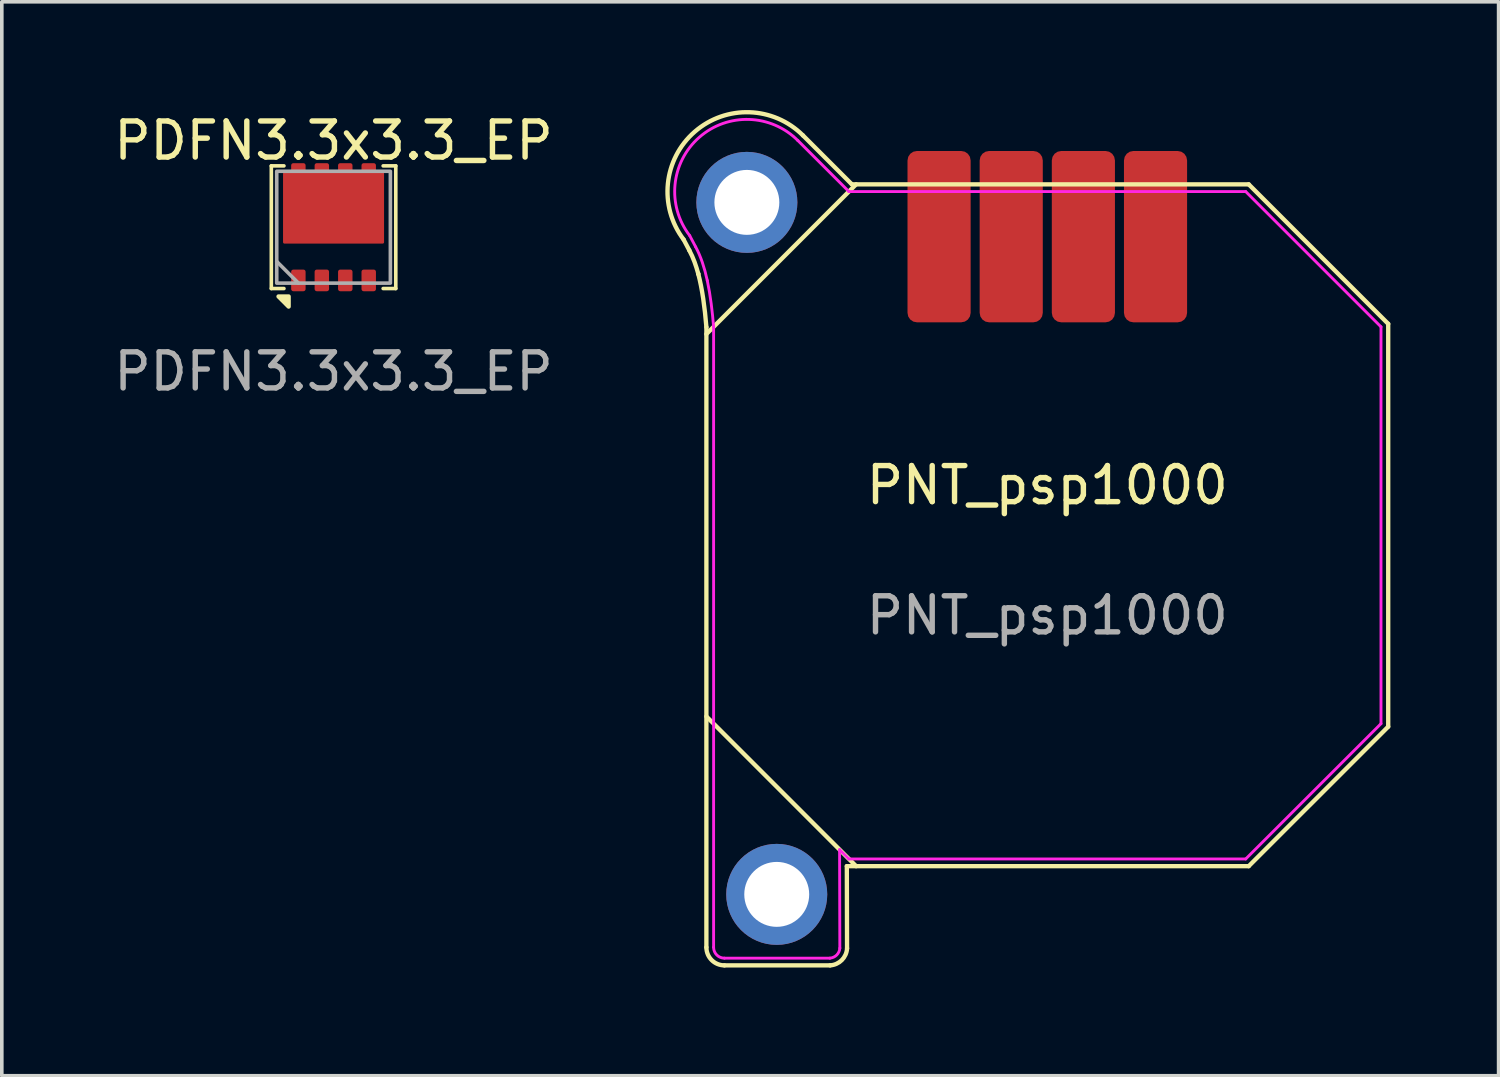
<source format=kicad_pcb>
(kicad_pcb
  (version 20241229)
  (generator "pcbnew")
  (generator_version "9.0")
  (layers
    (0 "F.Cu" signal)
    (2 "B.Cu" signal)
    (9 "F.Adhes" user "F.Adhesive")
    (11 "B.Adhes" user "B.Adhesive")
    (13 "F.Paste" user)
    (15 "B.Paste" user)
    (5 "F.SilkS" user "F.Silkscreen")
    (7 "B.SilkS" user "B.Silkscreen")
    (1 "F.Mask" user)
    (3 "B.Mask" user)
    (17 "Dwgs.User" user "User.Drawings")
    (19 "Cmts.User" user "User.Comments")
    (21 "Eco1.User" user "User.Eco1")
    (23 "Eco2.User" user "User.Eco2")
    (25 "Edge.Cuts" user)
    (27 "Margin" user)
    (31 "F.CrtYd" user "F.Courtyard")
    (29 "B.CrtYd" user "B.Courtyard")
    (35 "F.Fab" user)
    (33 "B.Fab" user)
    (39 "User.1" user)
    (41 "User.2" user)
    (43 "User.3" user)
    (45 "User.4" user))
  (footprint "PNT_psp1000"
    (layer "F.Cu")
    (at 25.981 11.51)
    (property "Reference" "PNT_psp1000" (at 0 -1.11 0) (layer "F.SilkS") (effects (font (size 1 1) (thickness 0.15))))
    (attr exclude_from_pos_files exclude_from_bom)
    (fp_line (start -9.45 11.7) (end -9.45 -5.492) (stroke (width 0.12) (type solid)) (layer "F.SilkS"))
    (fp_line (start -6.022 12.2) (end -8.95 12.2) (stroke (width 0.12) (type solid)) (layer "F.SilkS"))
    (fp_line (start -5.557 9.45) (end -5.551 11.728) (stroke (width 0.12) (type solid)) (layer "F.SilkS"))
    (fp_line (start -5.417 -9.45) (end -6.773 -10.806) (stroke (width 0.12) (type solid)) (layer "F.SilkS"))
    (fp_line (start -5.417 -9.45) (end 5.583 -9.45) (stroke (width 0.12) (type solid)) (layer "F.SilkS"))
    (fp_line (start -5.3 9.45) (end -9.45 5.3) (stroke (width 0.12) (type solid)) (layer "F.SilkS"))
    (fp_line (start -5.3 -9.45) (end -9.45 -5.3) (stroke (width 0.12) (type solid)) (layer "F.SilkS"))
    (fp_line (start 5.583 9.45) (end -5.557 9.45) (stroke (width 0.12) (type solid)) (layer "F.SilkS"))
    (fp_line (start 5.583 9.45) (end 9.45 5.583) (stroke (width 0.12) (type solid)) (layer "F.SilkS"))
    (fp_line (start 9.45 -5.583) (end 5.583 -9.45) (stroke (width 0.12) (type solid)) (layer "F.SilkS"))
    (fp_line (start 9.45 5.583) (end 9.45 -5.583) (stroke (width 0.12) (type solid)) (layer "F.SilkS"))
    (fp_arc (start -10.082035 -7.921519) (mid -9.773879 -10.908515) (end -6.772793 -10.805634) (stroke (width 0.12) (type solid)) (layer "F.SilkS"))
    (fp_arc (start -9.922844 -7.620255) (mid -10.00305 -7.770564) (end -10.082033 -7.921518) (stroke (width 0.12) (type solid)) (layer "F.SilkS"))
    (fp_arc (start -8.95 12.199998) (mid -9.303553 12.053552) (end -9.45 11.7) (stroke (width 0.12) (type solid)) (layer "F.SilkS"))
    (fp_arc (start -5.550719 11.727594) (mid -5.695981 12.053878) (end -6.021881 12.199999) (stroke (width 0.12) (type solid)) (layer "F.SilkS"))
    (fp_curve (pts (xy -9.923 -7.62) (xy -9.81 -7.411) (xy -9.733 -7.185) (xy -9.677 -6.976)) (stroke (width 0.12) (type solid)) (layer "F.SilkS"))
    (fp_curve (pts (xy -9.677 -6.976) (xy -9.676 -6.972) (xy -9.675 -6.968) (xy -9.674 -6.964)) (stroke (width 0.12) (type solid)) (layer "F.SilkS"))
    (fp_curve (pts (xy -9.674 -6.964) (xy -9.567 -6.559) (xy -9.494 -6.046) (xy -9.45 -5.492)) (stroke (width 0.12) (type solid)) (layer "F.SilkS"))
    (fp_line (start -9.452 11.702) (end -9.452 -5.49) (stroke (width 0.08) (type solid)) (layer "Eco2.User"))
    (fp_line (start -6.024 12.202) (end -8.952 12.202) (stroke (width 0.08) (type solid)) (layer "Eco2.User"))
    (fp_line (start -5.559 9.452) (end -5.553 11.73) (stroke (width 0.08) (type solid)) (layer "Eco2.User"))
    (fp_line (start -5.419 -9.448) (end -6.775 -10.804) (stroke (width 0.08) (type solid)) (layer "Eco2.User"))
    (fp_line (start -5.419 -9.448) (end 5.581 -9.448) (stroke (width 0.08) (type solid)) (layer "Eco2.User"))
    (fp_line (start 5.581 9.452) (end -5.559 9.452) (stroke (width 0.08) (type solid)) (layer "Eco2.User"))
    (fp_line (start 5.581 9.452) (end 9.448 5.585) (stroke (width 0.08) (type solid)) (layer "Eco2.User"))
    (fp_line (start 9.448 -5.581) (end 5.581 -9.448) (stroke (width 0.08) (type solid)) (layer "Eco2.User"))
    (fp_line (start 9.448 5.585) (end 9.448 -5.581) (stroke (width 0.08) (type solid)) (layer "Eco2.User"))
    (fp_arc (start -10.084154 -7.9194) (mid -9.775998 -10.906396) (end -6.774912 -10.803515) (stroke (width 0.08) (type solid)) (layer "Eco2.User"))
    (fp_arc (start -9.924963 -7.618136) (mid -10.005169 -7.768445) (end -10.084152 -7.919399) (stroke (width 0.08) (type solid)) (layer "Eco2.User"))
    (fp_arc (start -8.952119 12.202117) (mid -9.305672 12.055671) (end -9.452119 11.702119) (stroke (width 0.08) (type solid)) (layer "Eco2.User"))
    (fp_arc (start -5.552838 11.729713) (mid -5.6981 12.055997) (end -6.024 12.202118) (stroke (width 0.08) (type solid)) (layer "Eco2.User"))
    (fp_curve (pts (xy -9.925 -7.618) (xy -9.812 -7.409) (xy -9.735 -7.183) (xy -9.679 -6.974)) (stroke (width 0.08) (type solid)) (layer "Eco2.User"))
    (fp_curve (pts (xy -9.679 -6.974) (xy -9.678 -6.97) (xy -9.677 -6.966) (xy -9.676 -6.962)) (stroke (width 0.08) (type solid)) (layer "Eco2.User"))
    (fp_curve (pts (xy -9.676 -6.962) (xy -9.569 -6.557) (xy -9.496 -6.044) (xy -9.452 -5.49)) (stroke (width 0.08) (type solid)) (layer "Eco2.User"))
    (fp_line (start -9.25 -5.5) (end -9.25 11.7) (stroke (width 0.08) (type solid)) (layer "F.CrtYd"))
    (fp_line (start -8.95 12) (end -6.028 12) (stroke (width 0.08) (type solid)) (layer "F.CrtYd"))
    (fp_line (start -5.758 8.992) (end -5.5 9.25) (stroke (width 0.08) (type solid)) (layer "F.CrtYd"))
    (fp_line (start -5.751 11.722) (end -5.758 8.992) (stroke (width 0.08) (type solid)) (layer "F.CrtYd"))
    (fp_line (start -5.5 -9.25) (end -6.914 -10.664) (stroke (width 0.08) (type solid)) (layer "F.CrtYd"))
    (fp_line (start -5.5 9.25) (end 5.5 9.25) (stroke (width 0.08) (type solid)) (layer "F.CrtYd"))
    (fp_line (start 5.5 -9.25) (end -5.5 -9.25) (stroke (width 0.08) (type solid)) (layer "F.CrtYd"))
    (fp_line (start 5.5 9.25) (end 9.25 5.5) (stroke (width 0.08) (type solid)) (layer "F.CrtYd"))
    (fp_line (start 9.25 -5.5) (end 5.5 -9.25) (stroke (width 0.08) (type solid)) (layer "F.CrtYd"))
    (fp_line (start 9.25 5.5) (end 9.25 -5.5) (stroke (width 0.08) (type solid)) (layer "F.CrtYd"))
    (fp_arc (start -9.912469 -8.029012) (mid -9.648762 -10.752237) (end -6.914214 -10.664213) (stroke (width 0.08) (type solid)) (layer "F.CrtYd"))
    (fp_arc (start -9.746777 -7.715125) (mid -9.830292 -7.871714) (end -9.912468 -8.02901) (stroke (width 0.08) (type solid)) (layer "F.CrtYd"))
    (fp_arc (start -8.950001 11.999999) (mid -9.162132 11.912131) (end -9.25 11.7) (stroke (width 0.08) (type solid)) (layer "F.CrtYd"))
    (fp_arc (start -5.750734 11.721778) (mid -5.837588 11.912644) (end -6.028225 12) (stroke (width 0.08) (type solid)) (layer "F.CrtYd"))
    (fp_curve (pts (xy -9.747 -7.715) (xy -9.606 -7.454) (xy -9.504 -7.147) (xy -9.425 -6.783)) (stroke (width 0.08) (type solid)) (layer "F.CrtYd"))
    (fp_curve (pts (xy -9.425 -6.783) (xy -9.337 -6.374) (xy -9.283 -5.913) (xy -9.25 -5.5)) (stroke (width 0.08) (type solid)) (layer "F.CrtYd"))
    (fp_text user "${REFERENCE}" (at 0 2.5 0) (layer "F.Fab") (effects (font (size 1 1) (thickness 0.15))))
    (pad "1" smd roundrect (at 3 -8) (size 1.75 4.75) (layers "F.Cu" "F.Mask" "F.Paste") (roundrect_rratio 0.15))
    (pad "2" smd roundrect (at 1 -8) (size 1.75 4.75) (layers "F.Cu" "F.Mask" "F.Paste") (roundrect_rratio 0.15))
    (pad "3" smd roundrect (at -1 -8) (size 1.75 4.75) (layers "F.Cu" "F.Mask" "F.Paste") (roundrect_rratio 0.15))
    (pad "4" smd roundrect (at -3 -8) (size 1.75 4.75) (layers "F.Cu" "F.Mask" "F.Paste") (roundrect_rratio 0.15))
    (pad "MP" thru_hole circle (at -8.328 -8.95) (size 2.8 2.8) (drill 1.8) (layers "*.Cu" "*.Mask"))
    (pad "MP" thru_hole circle (at -7.5 10.232) (size 2.8 2.8) (drill 1.8) (layers "*.Cu" "*.Mask")))
  (footprint "PDFN3.3x3.3_EP"
    (layer "F.Cu")
    (at 6.196 3.248)
    (property "Reference" "PDFN3.3x3.3_EP" (at 0 -2.4 0) (layer "F.SilkS") (effects (font (size 1 1) (thickness 0.15))))
    (attr smd)
    (fp_line (start -1.725 -1.7) (end -1.725 1.7) (stroke (width 0.1) (type default)) (layer "F.SilkS"))
    (fp_line (start -1.725 -1.7) (end -1.375 -1.7) (stroke (width 0.1) (type default)) (layer "F.SilkS"))
    (fp_line (start -1.725 1.7) (end -1.375 1.7) (stroke (width 0.1) (type default)) (layer "F.SilkS"))
    (fp_line (start 1.725 -1.7) (end 1.375 -1.7) (stroke (width 0.1) (type default)) (layer "F.SilkS"))
    (fp_line (start 1.725 1.7) (end 1.375 1.7) (stroke (width 0.1) (type default)) (layer "F.SilkS"))
    (fp_line (start 1.725 1.7) (end 1.725 -1.7) (stroke (width 0.1) (type default)) (layer "F.SilkS"))
    (fp_poly (pts (xy -1.245 1.92) (xy -1.245 2.2) (xy -1.525 1.92) (xy -1.245 1.92)) (stroke (width 0.12) (type solid)) (fill yes) (layer "F.SilkS"))
    (fp_line (start -1.575 0.95) (end -0.975 1.55) (stroke (width 0.1) (type default)) (layer "F.Fab"))
    (fp_rect (start -1.575 -1.55) (end 1.575 1.55) (stroke (width 0.1) (type default)) (fill no) (layer "F.Fab"))
    (fp_text user "${REFERENCE}" (at 0 4 0) (unlocked yes) (layer "F.Fab") (effects (font (size 1 1) (thickness 0.15))))
    (pad "1" smd roundrect (at -0.975 1.475) (size 0.4 0.6) (layers "F.Cu" "F.Mask" "F.Paste") (roundrect_rratio 0.15))
    (pad "2" smd roundrect (at -0.325 1.475) (size 0.4 0.6) (layers "F.Cu" "F.Mask" "F.Paste") (roundrect_rratio 0.15))
    (pad "3" smd roundrect (at 0.325 1.475) (size 0.4 0.6) (layers "F.Cu" "F.Mask" "F.Paste") (roundrect_rratio 0.15))
    (pad "4" smd roundrect (at 0.975 1.475) (size 0.4 0.6) (layers "F.Cu" "F.Mask" "F.Paste") (roundrect_rratio 0.15))
    (pad "5" smd roundrect (at 0.975 -1.475) (size 0.4 0.6) (layers "F.Cu" "F.Mask" "F.Paste") (roundrect_rratio 0.15))
    (pad "6" smd roundrect (at 0.325 -1.475) (size 0.4 0.6) (layers "F.Cu" "F.Mask" "F.Paste") (roundrect_rratio 0.15))
    (pad "7" smd roundrect (at -0.325 -1.475) (size 0.4 0.6) (layers "F.Cu" "F.Mask" "F.Paste") (roundrect_rratio 0.15))
    (pad "8" smd roundrect (at -0.975 -1.475) (size 0.4 0.6) (layers "F.Cu" "F.Mask" "F.Paste") (roundrect_rratio 0.15))
    (pad "9" smd roundrect (at 0 -0.535) (size 2.8 1.98) (layers "F.Cu" "F.Mask" "F.Paste") (roundrect_rratio 0.02)))
  (gr_rect
    (start -3 -3)
    (end 38.491 26.77)
    (stroke (width 0.1) (type default))
    (fill no)
    (layer "Edge.Cuts")))
</source>
